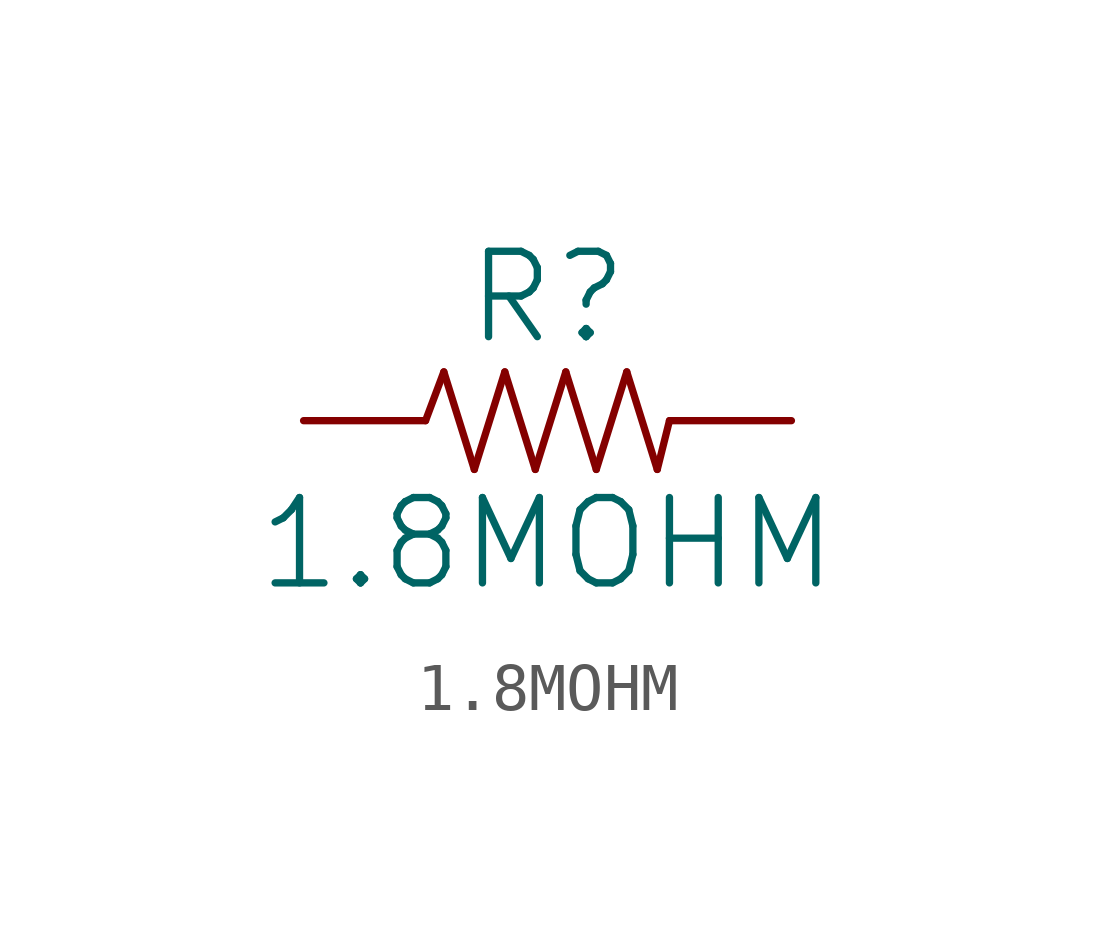
<source format=kicad_sym>
(kicad_symbol_lib
  (version 20211014)
  (generator kicad_symbol_editor)
  (symbol "1.8MOHM"
    (property "Reference" "R"
      (at 0 1.524 0)
      (effects (font (size 1.778 1.778)) (justify bottom)))
    (property "Value" "1.8MOHM"
      (at 0 -1.524 0)
      (effects (font (size 1.778 1.778)) (justify top)))
    (property "ki_locked" ""
      (at 0 0 0)
      (effects (font (size 1.27 1.27))))
    (symbol "1.8MOHM_1_0"
      (polyline (pts (xy -2.54 0) (xy -2.159 1.016)) (stroke (width 0.152) (type default) (color 0 0 0 0)) (fill (type none)))
      (polyline (pts (xy -2.159 1.016) (xy -1.524 -1.016)) (stroke (width 0.152) (type default) (color 0 0 0 0)) (fill (type none)))
      (polyline (pts (xy -1.524 -1.016) (xy -0.889 1.016)) (stroke (width 0.152) (type default) (color 0 0 0 0)) (fill (type none)))
      (polyline (pts (xy -0.889 1.016) (xy -0.254 -1.016)) (stroke (width 0.152) (type default) (color 0 0 0 0)) (fill (type none)))
      (polyline (pts (xy -0.254 -1.016) (xy 0.381 1.016)) (stroke (width 0.152) (type default) (color 0 0 0 0)) (fill (type none)))
      (polyline (pts (xy 0.381 1.016) (xy 1.016 -1.016)) (stroke (width 0.152) (type default) (color 0 0 0 0)) (fill (type none)))
      (polyline (pts (xy 1.016 -1.016) (xy 1.651 1.016)) (stroke (width 0.152) (type default) (color 0 0 0 0)) (fill (type none)))
      (polyline (pts (xy 1.651 1.016) (xy 2.286 -1.016)) (stroke (width 0.152) (type default) (color 0 0 0 0)) (fill (type none)))
      (polyline (pts (xy 2.286 -1.016) (xy 2.54 0)) (stroke (width 0.152) (type default) (color 0 0 0 0)) (fill (type none)))
      (pin passive line (at -5.08 0 0) (length 2.54) (name "1" (effects (font (size 0 0)))) (number "1" (effects (font (size 0 0)))))
      (pin passive line (at 5.08 0 180) (length 2.54) (name "2" (effects (font (size 0 0)))) (number "2" (effects (font (size 0 0))))))))
</source>
